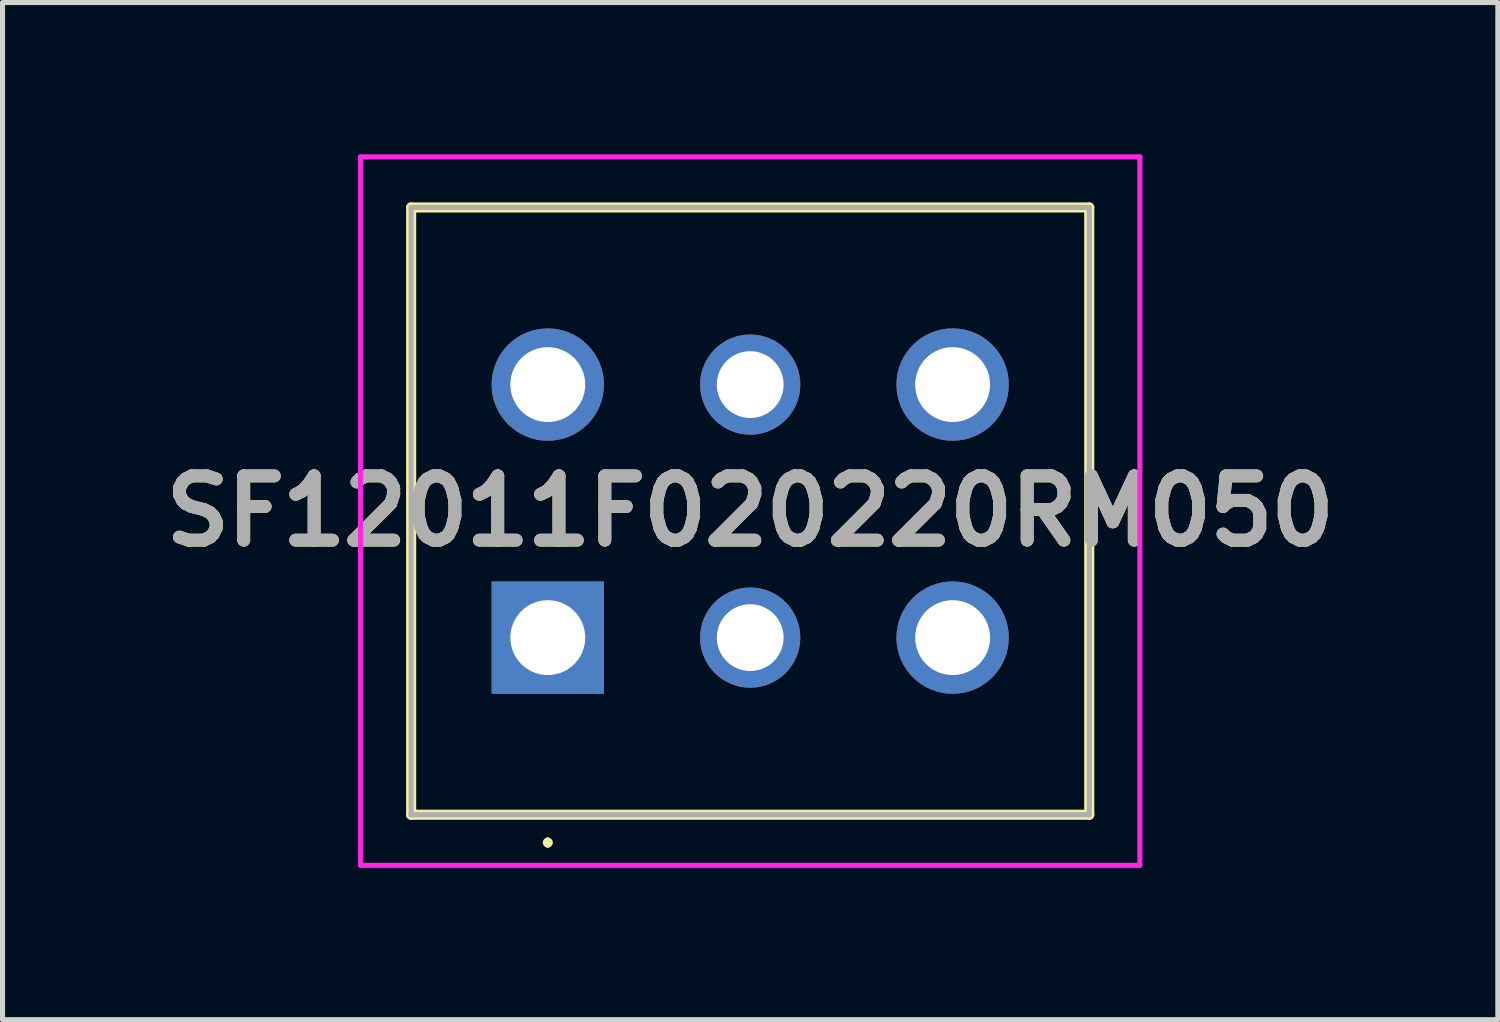
<source format=kicad_pcb>
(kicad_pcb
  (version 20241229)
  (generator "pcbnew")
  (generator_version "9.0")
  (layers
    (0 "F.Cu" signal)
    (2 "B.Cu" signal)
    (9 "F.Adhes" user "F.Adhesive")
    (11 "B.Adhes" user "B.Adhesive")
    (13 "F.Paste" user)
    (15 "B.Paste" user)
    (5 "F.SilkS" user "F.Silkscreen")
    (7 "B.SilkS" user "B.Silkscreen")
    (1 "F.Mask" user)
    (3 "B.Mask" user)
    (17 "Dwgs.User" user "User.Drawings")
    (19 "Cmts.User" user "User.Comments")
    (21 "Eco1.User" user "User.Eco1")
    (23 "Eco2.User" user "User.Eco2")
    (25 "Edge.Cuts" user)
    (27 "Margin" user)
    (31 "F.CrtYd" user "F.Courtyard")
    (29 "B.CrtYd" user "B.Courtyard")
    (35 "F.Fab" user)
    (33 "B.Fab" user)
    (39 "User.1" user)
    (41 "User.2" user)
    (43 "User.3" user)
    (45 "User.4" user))
  (footprint "SF12011F020220RM050"
    (layer "F.Cu")
    (at 7.775 9.55)
    (property "Reference" "SF12011F020220RM050" (at 4 -2.5 0) (layer "F.SilkS") (effects (font (size 1.27 1.27) (thickness 0.254))))
    (attr through_hole)
    (fp_line (start -2.7 -8.5) (end -2.7 3.5) (stroke (width 0.2) (type solid)) (layer "F.SilkS"))
    (fp_line (start -2.7 3.5) (end 10.7 3.5) (stroke (width 0.2) (type solid)) (layer "F.SilkS"))
    (fp_line (start 0 4) (end 0 4) (stroke (width 0.1) (type solid)) (layer "F.SilkS"))
    (fp_line (start 0 4.1) (end 0 4.1) (stroke (width 0.1) (type solid)) (layer "F.SilkS"))
    (fp_line (start 10.7 -8.5) (end -2.7 -8.5) (stroke (width 0.2) (type solid)) (layer "F.SilkS"))
    (fp_line (start 10.7 3.5) (end 10.7 -8.5) (stroke (width 0.2) (type solid)) (layer "F.SilkS"))
    (fp_arc (start 0 4) (mid 0.05 4.05) (end 0 4.1) (stroke (width 0.1) (type solid)) (layer "F.SilkS"))
    (fp_arc (start 0 4.1) (mid -0.05 4.05) (end 0 4) (stroke (width 0.1) (type solid)) (layer "F.SilkS"))
    (fp_line (start -3.7 -9.5) (end -3.7 4.5) (stroke (width 0.1) (type solid)) (layer "F.CrtYd"))
    (fp_line (start -3.7 4.5) (end 11.7 4.5) (stroke (width 0.1) (type solid)) (layer "F.CrtYd"))
    (fp_line (start 11.7 -9.5) (end -3.7 -9.5) (stroke (width 0.1) (type solid)) (layer "F.CrtYd"))
    (fp_line (start 11.7 4.5) (end 11.7 -9.5) (stroke (width 0.1) (type solid)) (layer "F.CrtYd"))
    (fp_line (start -2.7 -8.5) (end -2.7 3.5) (stroke (width 0.1) (type solid)) (layer "F.Fab"))
    (fp_line (start -2.7 3.5) (end 10.7 3.5) (stroke (width 0.1) (type solid)) (layer "F.Fab"))
    (fp_line (start 10.7 -8.5) (end -2.7 -8.5) (stroke (width 0.1) (type solid)) (layer "F.Fab"))
    (fp_line (start 10.7 3.5) (end 10.7 -8.5) (stroke (width 0.1) (type solid)) (layer "F.Fab"))
    (fp_text user "${REFERENCE}" (at 4 -2.5 0) (layer "F.Fab") (effects (font (size 1.27 1.27) (thickness 0.254))))
    (pad "1" thru_hole rect (at 0 0) (size 2.22 2.22) (drill 1.48) (layers "*.Cu" "*.Mask"))
    (pad "2" thru_hole circle (at 4 0) (size 1.98 1.98) (drill 1.32) (layers "*.Cu" "*.Mask"))
    (pad "3" thru_hole circle (at 8 0) (size 2.22 2.22) (drill 1.48) (layers "*.Cu" "*.Mask"))
    (pad "4" thru_hole circle (at 0 -5) (size 2.22 2.22) (drill 1.48) (layers "*.Cu" "*.Mask"))
    (pad "5" thru_hole circle (at 4 -5) (size 1.98 1.98) (drill 1.32) (layers "*.Cu" "*.Mask"))
    (pad "6" thru_hole circle (at 8 -5) (size 2.22 2.22) (drill 1.48) (layers "*.Cu" "*.Mask")))
  (gr_rect
    (start -3 -3)
    (end 26.549 17.1)
    (stroke (width 0.1) (type default))
    (fill no)
    (layer "Edge.Cuts")))
</source>
